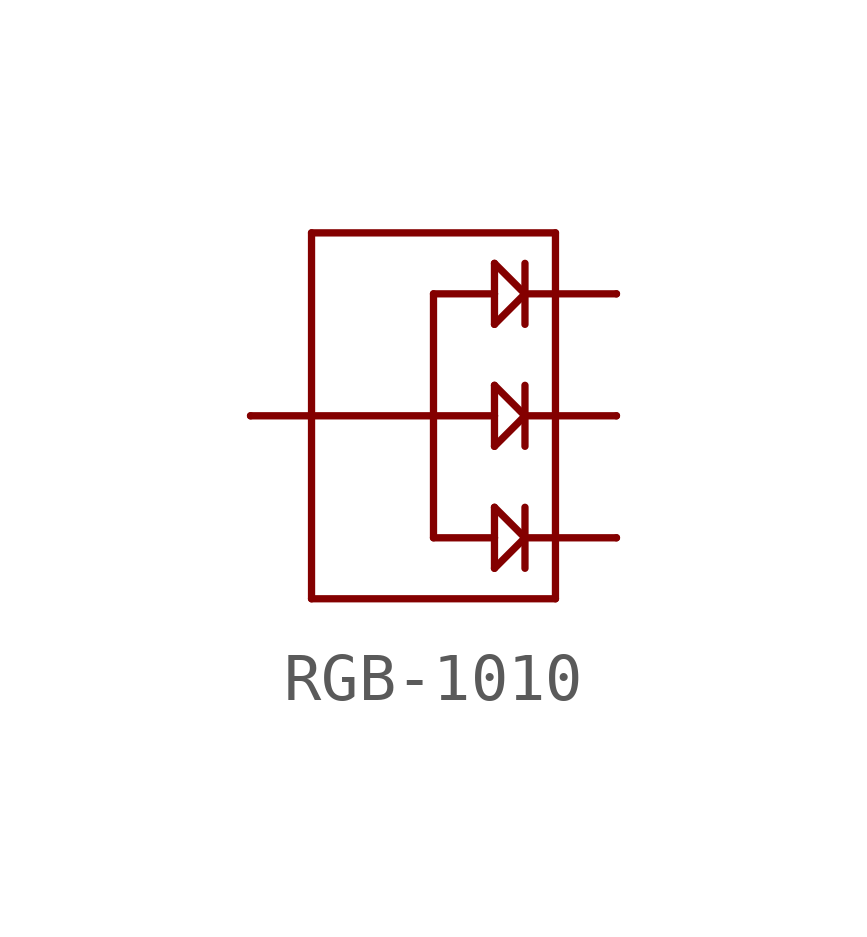
<source format=kicad_sym>
(kicad_symbol_lib
  (version 20231120)
  (generator "kicad_symbol_editor")
  (generator_version "8.0")
  (symbol "RGB-1010"
    (property "Reference" "RGB"
      (at -2.54 3.81 0)
      (effects (font (size 0.889 0.756) (thickness 0.151) (bold yes)) (justify left bottom) (hide yes)))
    (property "ki_locked" ""
      (at 0 0 0)
      (effects (font (size 1.27 1.27))))
    (symbol "RGB-1010_1_0"
      (polyline (pts (xy -3.81 0) (xy -2.54 0)) (stroke (width 0.152) (type solid)) (fill (type none)))
      (polyline (pts (xy -2.54 -3.81) (xy 2.54 -3.81)) (stroke (width 0.152) (type solid)) (fill (type none)))
      (polyline (pts (xy -2.54 0) (xy -2.54 -3.81)) (stroke (width 0.152) (type solid)) (fill (type none)))
      (polyline (pts (xy -2.54 0) (xy 0 0)) (stroke (width 0.152) (type solid)) (fill (type none)))
      (polyline (pts (xy -2.54 3.81) (xy -2.54 0)) (stroke (width 0.152) (type solid)) (fill (type none)))
      (polyline (pts (xy 0 0) (xy 0 -2.54)) (stroke (width 0.152) (type solid)) (fill (type none)))
      (polyline (pts (xy 0 0) (xy 0 2.54)) (stroke (width 0.152) (type solid)) (fill (type none)))
      (polyline (pts (xy 0 2.54) (xy 1.27 2.54)) (stroke (width 0.152) (type solid)) (fill (type none)))
      (polyline (pts (xy 1.27 -3.175) (xy 1.27 -2.54)) (stroke (width 0.152) (type solid)) (fill (type none)))
      (polyline (pts (xy 1.27 -2.54) (xy 0 -2.54)) (stroke (width 0.152) (type solid)) (fill (type none)))
      (polyline (pts (xy 1.27 -2.54) (xy 1.27 -1.905)) (stroke (width 0.152) (type solid)) (fill (type none)))
      (polyline (pts (xy 1.27 -1.905) (xy 1.905 -2.54)) (stroke (width 0.152) (type solid)) (fill (type none)))
      (polyline (pts (xy 1.27 -0.635) (xy 1.27 0)) (stroke (width 0.152) (type solid)) (fill (type none)))
      (polyline (pts (xy 1.27 0) (xy 0 0)) (stroke (width 0.152) (type solid)) (fill (type none)))
      (polyline (pts (xy 1.27 0) (xy 1.27 0.635)) (stroke (width 0.152) (type solid)) (fill (type none)))
      (polyline (pts (xy 1.27 0.635) (xy 1.905 0)) (stroke (width 0.152) (type solid)) (fill (type none)))
      (polyline (pts (xy 1.27 1.905) (xy 1.27 2.54)) (stroke (width 0.152) (type solid)) (fill (type none)))
      (polyline (pts (xy 1.27 2.54) (xy 1.27 3.175)) (stroke (width 0.152) (type solid)) (fill (type none)))
      (polyline (pts (xy 1.27 3.175) (xy 1.905 2.54)) (stroke (width 0.152) (type solid)) (fill (type none)))
      (polyline (pts (xy 1.905 -3.175) (xy 1.905 -2.54)) (stroke (width 0.152) (type solid)) (fill (type none)))
      (polyline (pts (xy 1.905 -2.54) (xy 1.27 -3.175)) (stroke (width 0.152) (type solid)) (fill (type none)))
      (polyline (pts (xy 1.905 -2.54) (xy 1.905 -1.905)) (stroke (width 0.152) (type solid)) (fill (type none)))
      (polyline (pts (xy 1.905 -2.54) (xy 2.54 -2.54)) (stroke (width 0.152) (type solid)) (fill (type none)))
      (polyline (pts (xy 1.905 -0.635) (xy 1.905 0)) (stroke (width 0.152) (type solid)) (fill (type none)))
      (polyline (pts (xy 1.905 0) (xy 1.27 -0.635)) (stroke (width 0.152) (type solid)) (fill (type none)))
      (polyline (pts (xy 1.905 0) (xy 1.905 0.635)) (stroke (width 0.152) (type solid)) (fill (type none)))
      (polyline (pts (xy 1.905 0) (xy 2.54 0)) (stroke (width 0.152) (type solid)) (fill (type none)))
      (polyline (pts (xy 1.905 1.905) (xy 1.905 2.54)) (stroke (width 0.152) (type solid)) (fill (type none)))
      (polyline (pts (xy 1.905 2.54) (xy 1.27 1.905)) (stroke (width 0.152) (type solid)) (fill (type none)))
      (polyline (pts (xy 1.905 2.54) (xy 1.905 3.175)) (stroke (width 0.152) (type solid)) (fill (type none)))
      (polyline (pts (xy 1.905 2.54) (xy 2.54 2.54)) (stroke (width 0.152) (type solid)) (fill (type none)))
      (polyline (pts (xy 2.54 -3.81) (xy 2.54 -2.54)) (stroke (width 0.152) (type solid)) (fill (type none)))
      (polyline (pts (xy 2.54 -2.54) (xy 2.54 0)) (stroke (width 0.152) (type solid)) (fill (type none)))
      (polyline (pts (xy 2.54 -2.54) (xy 3.81 -2.54)) (stroke (width 0.152) (type solid)) (fill (type none)))
      (polyline (pts (xy 2.54 0) (xy 2.54 2.54)) (stroke (width 0.152) (type solid)) (fill (type none)))
      (polyline (pts (xy 2.54 0) (xy 3.81 0)) (stroke (width 0.152) (type solid)) (fill (type none)))
      (polyline (pts (xy 2.54 2.54) (xy 2.54 3.81)) (stroke (width 0.152) (type solid)) (fill (type none)))
      (polyline (pts (xy 2.54 2.54) (xy 3.81 2.54)) (stroke (width 0.152) (type solid)) (fill (type none)))
      (polyline (pts (xy 2.54 3.81) (xy -2.54 3.81)) (stroke (width 0.152) (type solid)) (fill (type none)))
      (pin bidirectional line (at -3.81 0 0) (length 0) (name "+" (effects (font (size 0 0)))) (number "+" (effects (font (size 0 0)))))
      (pin bidirectional line (at 3.81 -2.54 180) (length 0) (name "B-" (effects (font (size 0 0)))) (number "B-" (effects (font (size 0 0)))))
      (pin bidirectional line (at 3.81 0 180) (length 0) (name "G-" (effects (font (size 0 0)))) (number "G-" (effects (font (size 0 0)))))
      (pin bidirectional line (at 3.81 2.54 180) (length 0) (name "R-" (effects (font (size 0 0)))) (number "R-" (effects (font (size 0 0))))))))
</source>
